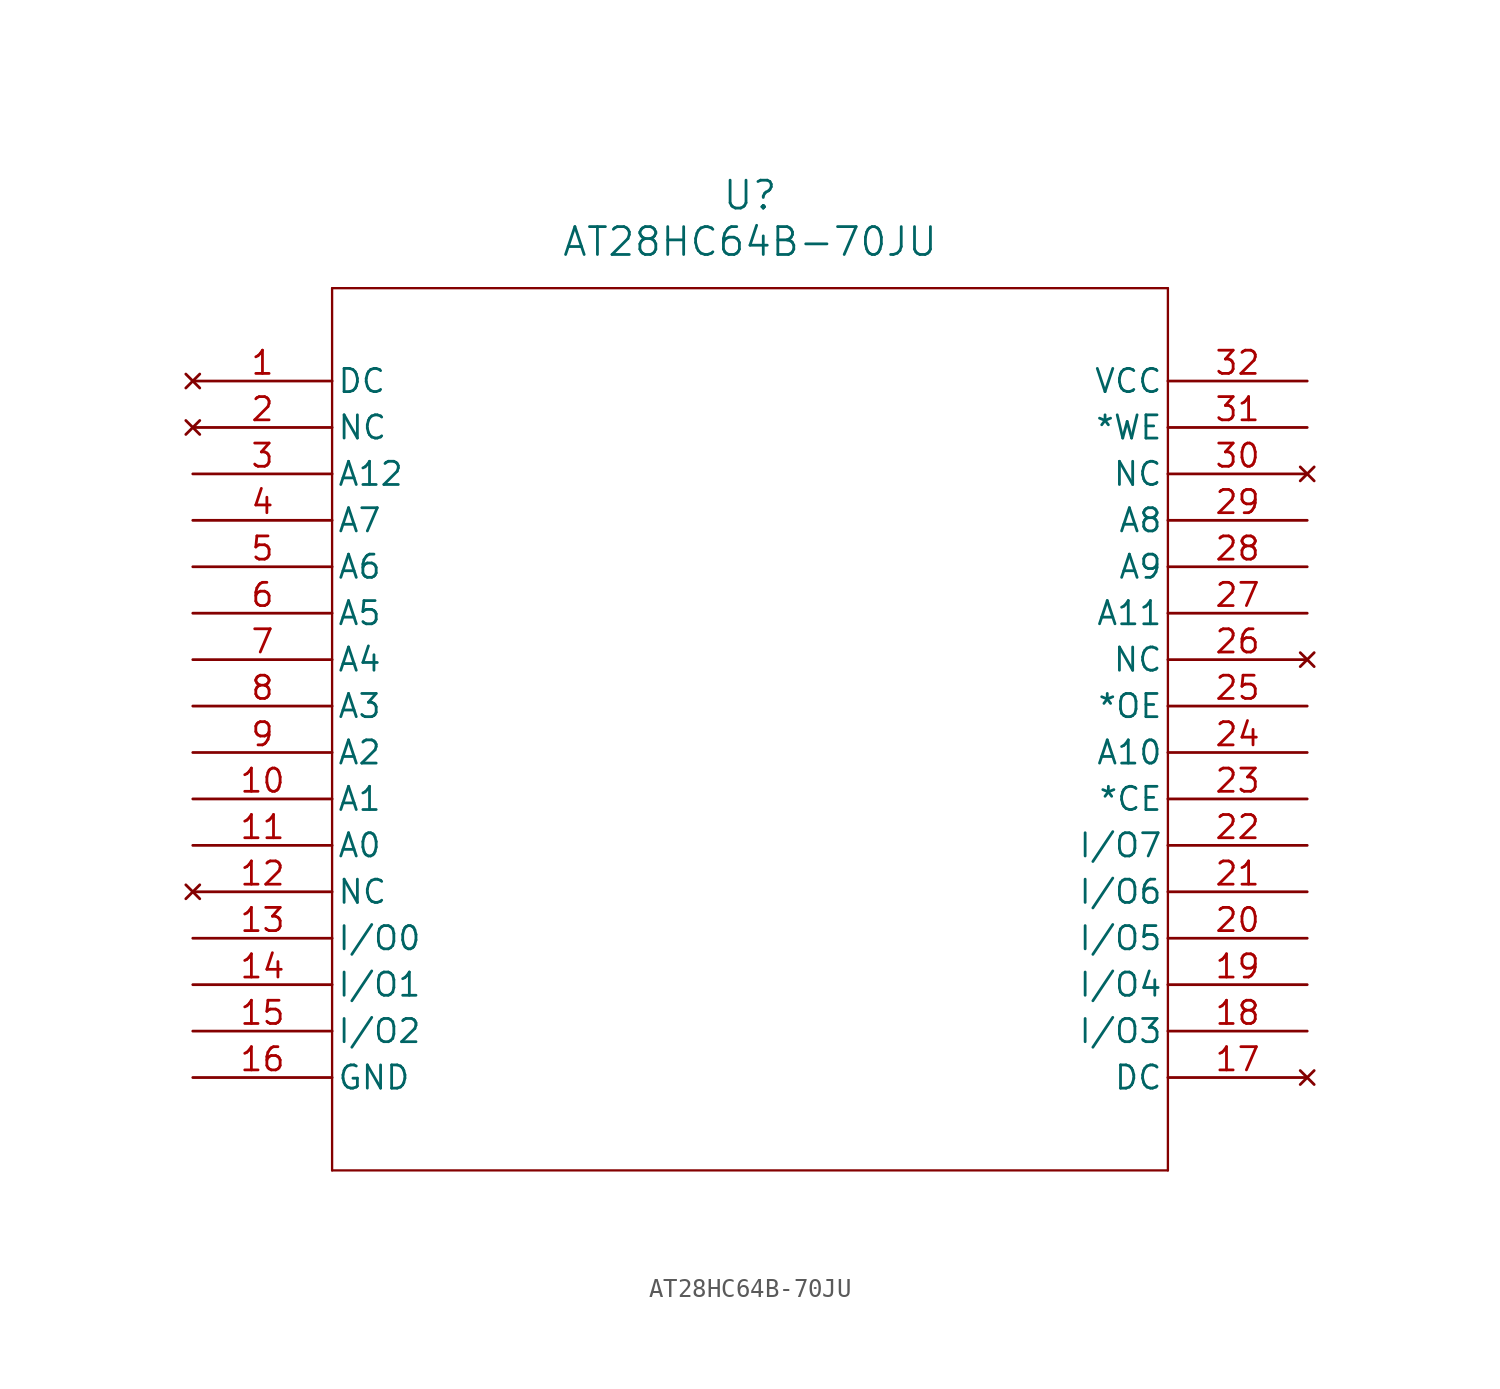
<source format=kicad_sym>
(kicad_symbol_lib
  (version 20211014)
  (generator kicad_symbol_editor)
  (symbol "AT28HC64B-70JU"
    (pin_names
      (offset 0.254))
    (property "Reference" "U"
      (at 30.48 10.16 0)
      (effects (font (size 1.524 1.524))))
    (property "Value" "AT28HC64B-70JU"
      (at 30.48 7.62 0)
      (effects (font (size 1.524 1.524))))
    (symbol "AT28HC64B-70JU_0_1"
      (polyline (pts (xy 7.62 5.08) (xy 7.62 -43.18)) (stroke (width 0.127) (type default) (color 0 0 0 0)) (fill (type none)))
      (polyline (pts (xy 7.62 -43.18) (xy 53.34 -43.18)) (stroke (width 0.127) (type default) (color 0 0 0 0)) (fill (type none)))
      (polyline (pts (xy 53.34 -43.18) (xy 53.34 5.08)) (stroke (width 0.127) (type default) (color 0 0 0 0)) (fill (type none)))
      (polyline (pts (xy 53.34 5.08) (xy 7.62 5.08)) (stroke (width 0.127) (type default) (color 0 0 0 0)) (fill (type none)))
      (pin no_connect line (at 0 0 0) (length 7.62) (name "DC" (effects (font (size 1.27 1.27)))) (number "1" (effects (font (size 1.27 1.27)))))
      (pin no_connect line (at 0 -2.54 0) (length 7.62) (name "NC" (effects (font (size 1.27 1.27)))) (number "2" (effects (font (size 1.27 1.27)))))
      (pin unspecified line (at 0 -5.08 0) (length 7.62) (name "A12" (effects (font (size 1.27 1.27)))) (number "3" (effects (font (size 1.27 1.27)))))
      (pin unspecified line (at 0 -7.62 0) (length 7.62) (name "A7" (effects (font (size 1.27 1.27)))) (number "4" (effects (font (size 1.27 1.27)))))
      (pin unspecified line (at 0 -10.16 0) (length 7.62) (name "A6" (effects (font (size 1.27 1.27)))) (number "5" (effects (font (size 1.27 1.27)))))
      (pin unspecified line (at 0 -12.7 0) (length 7.62) (name "A5" (effects (font (size 1.27 1.27)))) (number "6" (effects (font (size 1.27 1.27)))))
      (pin unspecified line (at 0 -15.24 0) (length 7.62) (name "A4" (effects (font (size 1.27 1.27)))) (number "7" (effects (font (size 1.27 1.27)))))
      (pin unspecified line (at 0 -17.78 0) (length 7.62) (name "A3" (effects (font (size 1.27 1.27)))) (number "8" (effects (font (size 1.27 1.27)))))
      (pin unspecified line (at 0 -20.32 0) (length 7.62) (name "A2" (effects (font (size 1.27 1.27)))) (number "9" (effects (font (size 1.27 1.27)))))
      (pin unspecified line (at 0 -22.86 0) (length 7.62) (name "A1" (effects (font (size 1.27 1.27)))) (number "10" (effects (font (size 1.27 1.27)))))
      (pin unspecified line (at 0 -25.4 0) (length 7.62) (name "A0" (effects (font (size 1.27 1.27)))) (number "11" (effects (font (size 1.27 1.27)))))
      (pin no_connect line (at 0 -27.94 0) (length 7.62) (name "NC" (effects (font (size 1.27 1.27)))) (number "12" (effects (font (size 1.27 1.27)))))
      (pin bidirectional line (at 0 -30.48 0) (length 7.62) (name "I/O0" (effects (font (size 1.27 1.27)))) (number "13" (effects (font (size 1.27 1.27)))))
      (pin bidirectional line (at 0 -33.02 0) (length 7.62) (name "I/O1" (effects (font (size 1.27 1.27)))) (number "14" (effects (font (size 1.27 1.27)))))
      (pin bidirectional line (at 0 -35.56 0) (length 7.62) (name "I/O2" (effects (font (size 1.27 1.27)))) (number "15" (effects (font (size 1.27 1.27)))))
      (pin power_in line (at 0 -38.1 0) (length 7.62) (name "GND" (effects (font (size 1.27 1.27)))) (number "16" (effects (font (size 1.27 1.27)))))
      (pin no_connect line (at 60.96 -38.1 180) (length 7.62) (name "DC" (effects (font (size 1.27 1.27)))) (number "17" (effects (font (size 1.27 1.27)))))
      (pin bidirectional line (at 60.96 -35.56 180) (length 7.62) (name "I/O3" (effects (font (size 1.27 1.27)))) (number "18" (effects (font (size 1.27 1.27)))))
      (pin bidirectional line (at 60.96 -33.02 180) (length 7.62) (name "I/O4" (effects (font (size 1.27 1.27)))) (number "19" (effects (font (size 1.27 1.27)))))
      (pin bidirectional line (at 60.96 -30.48 180) (length 7.62) (name "I/O5" (effects (font (size 1.27 1.27)))) (number "20" (effects (font (size 1.27 1.27)))))
      (pin bidirectional line (at 60.96 -27.94 180) (length 7.62) (name "I/O6" (effects (font (size 1.27 1.27)))) (number "21" (effects (font (size 1.27 1.27)))))
      (pin bidirectional line (at 60.96 -25.4 180) (length 7.62) (name "I/O7" (effects (font (size 1.27 1.27)))) (number "22" (effects (font (size 1.27 1.27)))))
      (pin unspecified line (at 60.96 -22.86 180) (length 7.62) (name "*CE" (effects (font (size 1.27 1.27)))) (number "23" (effects (font (size 1.27 1.27)))))
      (pin unspecified line (at 60.96 -20.32 180) (length 7.62) (name "A10" (effects (font (size 1.27 1.27)))) (number "24" (effects (font (size 1.27 1.27)))))
      (pin output line (at 60.96 -17.78 180) (length 7.62) (name "*OE" (effects (font (size 1.27 1.27)))) (number "25" (effects (font (size 1.27 1.27)))))
      (pin no_connect line (at 60.96 -15.24 180) (length 7.62) (name "NC" (effects (font (size 1.27 1.27)))) (number "26" (effects (font (size 1.27 1.27)))))
      (pin unspecified line (at 60.96 -12.7 180) (length 7.62) (name "A11" (effects (font (size 1.27 1.27)))) (number "27" (effects (font (size 1.27 1.27)))))
      (pin unspecified line (at 60.96 -10.16 180) (length 7.62) (name "A9" (effects (font (size 1.27 1.27)))) (number "28" (effects (font (size 1.27 1.27)))))
      (pin unspecified line (at 60.96 -7.62 180) (length 7.62) (name "A8" (effects (font (size 1.27 1.27)))) (number "29" (effects (font (size 1.27 1.27)))))
      (pin no_connect line (at 60.96 -5.08 180) (length 7.62) (name "NC" (effects (font (size 1.27 1.27)))) (number "30" (effects (font (size 1.27 1.27)))))
      (pin unspecified line (at 60.96 -2.54 180) (length 7.62) (name "*WE" (effects (font (size 1.27 1.27)))) (number "31" (effects (font (size 1.27 1.27)))))
      (pin power_in line (at 60.96 0 180) (length 7.62) (name "VCC" (effects (font (size 1.27 1.27)))) (number "32" (effects (font (size 1.27 1.27))))))))
</source>
